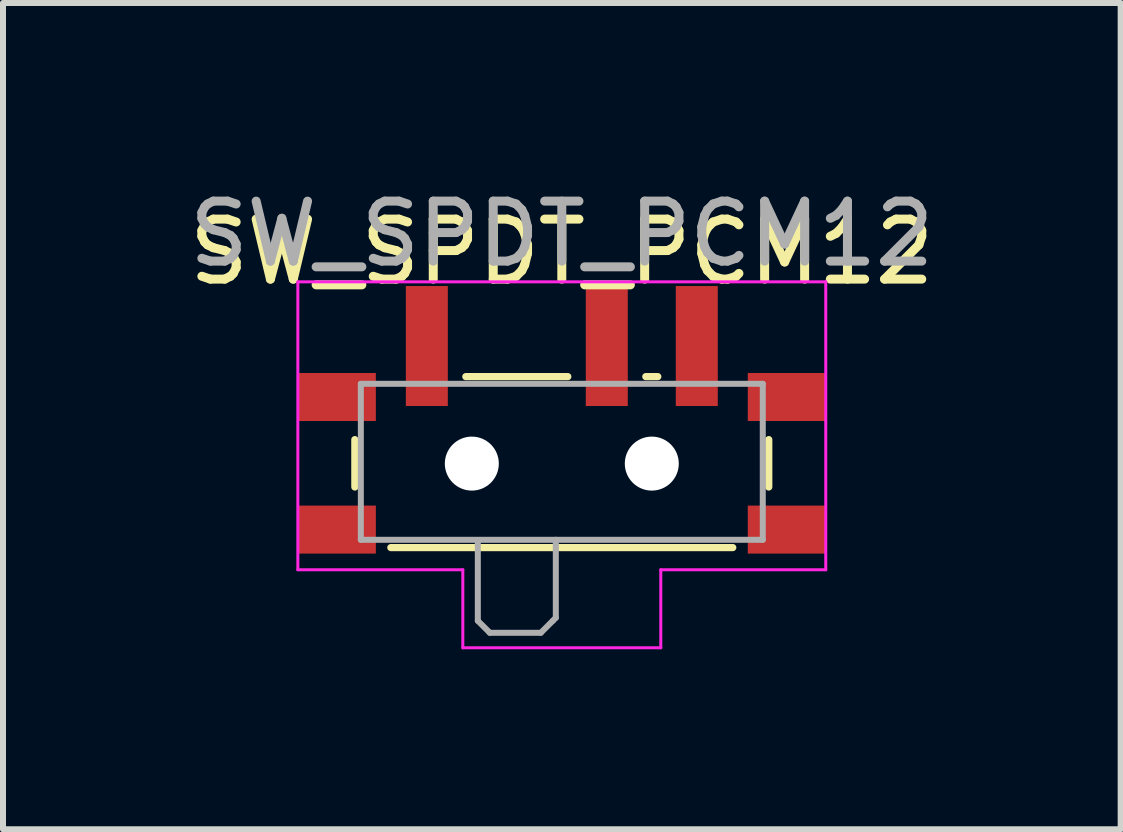
<source format=kicad_pcb>
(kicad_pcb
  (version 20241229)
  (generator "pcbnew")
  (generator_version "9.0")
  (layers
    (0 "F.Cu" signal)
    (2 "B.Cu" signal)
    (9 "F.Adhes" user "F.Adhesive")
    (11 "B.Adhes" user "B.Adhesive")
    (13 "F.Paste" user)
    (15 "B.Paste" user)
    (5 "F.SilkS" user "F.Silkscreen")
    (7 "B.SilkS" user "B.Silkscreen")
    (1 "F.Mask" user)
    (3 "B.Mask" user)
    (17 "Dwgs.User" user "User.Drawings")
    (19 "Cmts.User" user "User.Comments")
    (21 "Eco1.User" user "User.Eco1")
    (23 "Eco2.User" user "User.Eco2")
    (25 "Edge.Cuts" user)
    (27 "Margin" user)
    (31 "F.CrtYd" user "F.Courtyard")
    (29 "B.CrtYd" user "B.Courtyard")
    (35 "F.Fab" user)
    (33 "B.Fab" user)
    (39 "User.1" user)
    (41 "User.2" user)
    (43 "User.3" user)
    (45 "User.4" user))
  (footprint "SW_SPDT_PCM12"
    (layer "F.Cu")
    (at 6.315 4.348)
    (property "Reference" "SW_SPDT_PCM12" (at 0 -3.2 180) (layer "F.SilkS") (effects (font (size 1 1) (thickness 0.15))))
    (attr smd)
    (fp_line (start -3.45 -0.07) (end -3.45 0.72) (stroke (width 0.12) (type solid)) (layer "F.SilkS"))
    (fp_line (start -2.85 1.73) (end 2.85 1.73) (stroke (width 0.12) (type solid)) (layer "F.SilkS"))
    (fp_line (start -1.6 -1.12) (end 0.1 -1.12) (stroke (width 0.12) (type solid)) (layer "F.SilkS"))
    (fp_line (start 1.4 -1.12) (end 1.6 -1.12) (stroke (width 0.12) (type solid)) (layer "F.SilkS"))
    (fp_line (start 3.45 0.72) (end 3.45 -0.07) (stroke (width 0.12) (type solid)) (layer "F.SilkS"))
    (fp_line (start -4.4 -2.7) (end 4.4 -2.7) (stroke (width 0.05) (type solid)) (layer "F.CrtYd"))
    (fp_line (start -4.4 2.1) (end -4.4 -2.7) (stroke (width 0.05) (type solid)) (layer "F.CrtYd"))
    (fp_line (start -1.65 2.1) (end -4.4 2.1) (stroke (width 0.05) (type solid)) (layer "F.CrtYd"))
    (fp_line (start -1.65 3.4) (end -1.65 2.1) (stroke (width 0.05) (type solid)) (layer "F.CrtYd"))
    (fp_line (start 1.65 2.1) (end 1.65 3.4) (stroke (width 0.05) (type solid)) (layer "F.CrtYd"))
    (fp_line (start 1.65 3.4) (end -1.65 3.4) (stroke (width 0.05) (type solid)) (layer "F.CrtYd"))
    (fp_line (start 4.4 -2.7) (end 4.4 2.1) (stroke (width 0.05) (type solid)) (layer "F.CrtYd"))
    (fp_line (start 4.4 2.1) (end 1.65 2.1) (stroke (width 0.05) (type solid)) (layer "F.CrtYd"))
    (fp_line (start -3.35 -1) (end -3.35 1.6) (stroke (width 0.1) (type solid)) (layer "F.Fab"))
    (fp_line (start -3.35 1.6) (end 3.35 1.6) (stroke (width 0.1) (type solid)) (layer "F.Fab"))
    (fp_line (start -1.4 1.65) (end -1.4 2.95) (stroke (width 0.1) (type solid)) (layer "F.Fab"))
    (fp_line (start -1.4 2.95) (end -1.2 3.15) (stroke (width 0.1) (type solid)) (layer "F.Fab"))
    (fp_line (start -1.2 3.15) (end -0.35 3.15) (stroke (width 0.1) (type solid)) (layer "F.Fab"))
    (fp_line (start -0.35 3.15) (end -0.15 2.95) (stroke (width 0.1) (type solid)) (layer "F.Fab"))
    (fp_line (start -0.15 2.95) (end -0.1 2.9) (stroke (width 0.1) (type solid)) (layer "F.Fab"))
    (fp_line (start -0.1 2.9) (end -0.1 1.6) (stroke (width 0.1) (type solid)) (layer "F.Fab"))
    (fp_line (start 3.35 -1) (end -3.35 -1) (stroke (width 0.1) (type solid)) (layer "F.Fab"))
    (fp_line (start 3.35 1.6) (end 3.35 -1) (stroke (width 0.1) (type solid)) (layer "F.Fab"))
    (fp_text user "${REFERENCE}" (at 0 -3.5 180) (layer "F.Fab") (effects (font (size 1 1) (thickness 0.15))))
    (pad "" smd rect (at -3.75 -0.78) (size 1.3 0.8) (layers "F.Cu" "F.Mask" "F.Paste"))
    (pad "" smd rect (at -3.75 1.43) (size 1.3 0.8) (layers "F.Cu" "F.Mask" "F.Paste"))
    (pad "" np_thru_hole circle (at -1.5 0.33) (size 0.9 0.9) (drill 0.9) (layers "*.Cu" "*.Mask"))
    (pad "" np_thru_hole circle (at 1.5 0.33) (size 0.9 0.9) (drill 0.9) (layers "*.Cu" "*.Mask"))
    (pad "" smd rect (at 3.75 -0.78) (size 1.3 0.8) (layers "F.Cu" "F.Mask" "F.Paste"))
    (pad "" smd rect (at 3.75 1.43) (size 1.3 0.8) (layers "F.Cu" "F.Mask" "F.Paste"))
    (pad "1" smd rect (at -2.25 -1.63) (size 0.7 2) (layers "F.Cu" "F.Mask" "F.Paste"))
    (pad "2" smd rect (at 0.75 -1.63) (size 0.7 2) (layers "F.Cu" "F.Mask" "F.Paste"))
    (pad "3" smd rect (at 2.25 -1.63) (size 0.7 2) (layers "F.Cu" "F.Mask" "F.Paste")))
  (gr_rect
    (start -3 -3)
    (end 15.631 10.773)
    (stroke (width 0.1) (type default))
    (fill no)
    (layer "Edge.Cuts")))
</source>
